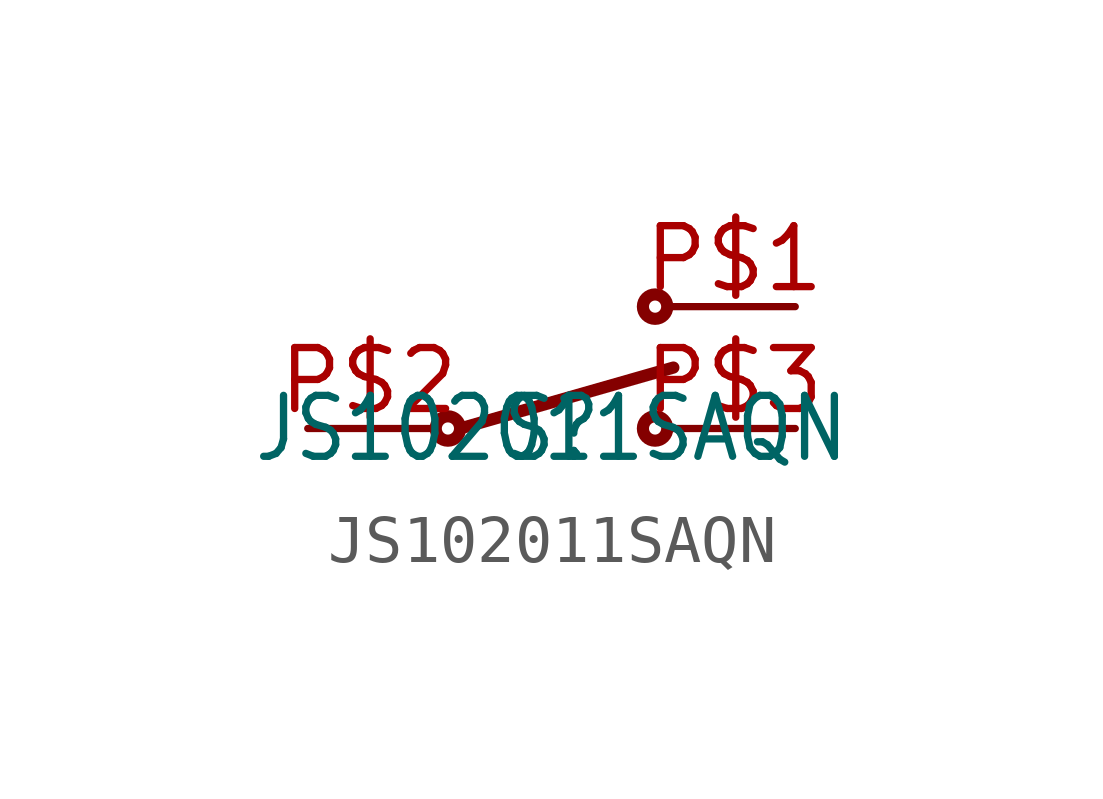
<source format=kicad_sym>
(kicad_symbol_lib
  (version 20211014)
  (generator kicad_symbol_editor)
  (symbol "JS102011SAQN"
    (pin_names
      (offset 1.016) hide)
    (property "Reference" "S"
      (at 0 0 0)
      (effects (font (size 1.27 1.086))))
    (property "Value" "JS102011SAQN"
      (at 0 0 0)
      (effects (font (size 1.27 1.086))))
    (symbol "JS102011SAQN_0_0")
    (symbol "JS102011SAQN_0_1"
      (polyline (pts (xy -1.905 0.0) (xy 2.54 1.27)) (stroke (width 0.254) (type default) (color 0 0 0 0)))
      (circle (center -2.159 0) (radius 0.254) (stroke (width 0.254) (type default) (color 0 0 0 0)))
      (circle (center 2.159 2.54) (radius 0.254) (stroke (width 0.254) (type default) (color 0 0 0 0)))
      (circle (center 2.159 0) (radius 0.254) (stroke (width 0.254) (type default) (color 0 0 0 0))))
    (symbol "JS102011SAQN_1_1"
      (pin bidirectional line (at -5.08 0 0) (length 2.54) (name "P$1" (effects (font (size 1.27 1.086)))) (number "P$2" (effects (font (size 1.27 1.086)))))
      (pin bidirectional line (at 5.08 2.54 180) (length 2.54) (name "P$2" (effects (font (size 1.27 1.086)))) (number "P$1" (effects (font (size 1.27 1.086)))))
      (pin bidirectional line (at 5.08 0 180) (length 2.54) (name "P$3" (effects (font (size 1.27 1.086)))) (number "P$3" (effects (font (size 1.27 1.086))))))))
</source>
